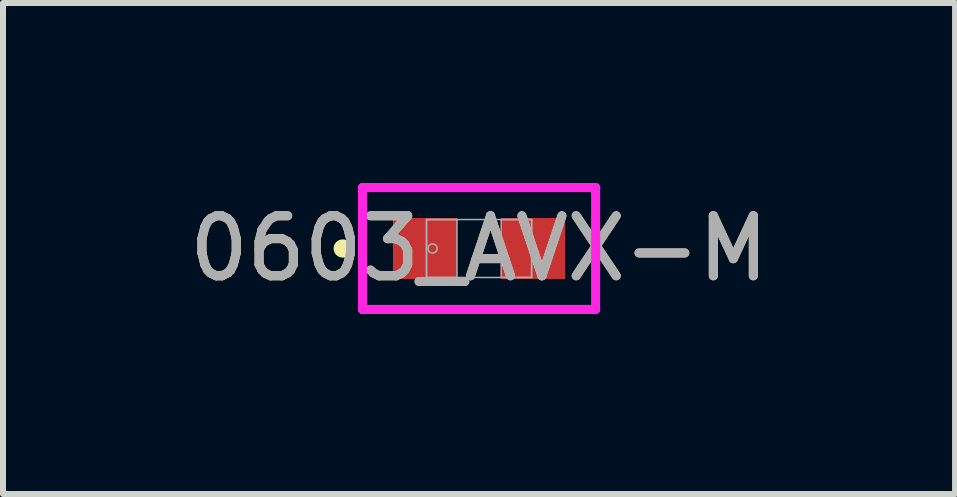
<source format=kicad_pcb>
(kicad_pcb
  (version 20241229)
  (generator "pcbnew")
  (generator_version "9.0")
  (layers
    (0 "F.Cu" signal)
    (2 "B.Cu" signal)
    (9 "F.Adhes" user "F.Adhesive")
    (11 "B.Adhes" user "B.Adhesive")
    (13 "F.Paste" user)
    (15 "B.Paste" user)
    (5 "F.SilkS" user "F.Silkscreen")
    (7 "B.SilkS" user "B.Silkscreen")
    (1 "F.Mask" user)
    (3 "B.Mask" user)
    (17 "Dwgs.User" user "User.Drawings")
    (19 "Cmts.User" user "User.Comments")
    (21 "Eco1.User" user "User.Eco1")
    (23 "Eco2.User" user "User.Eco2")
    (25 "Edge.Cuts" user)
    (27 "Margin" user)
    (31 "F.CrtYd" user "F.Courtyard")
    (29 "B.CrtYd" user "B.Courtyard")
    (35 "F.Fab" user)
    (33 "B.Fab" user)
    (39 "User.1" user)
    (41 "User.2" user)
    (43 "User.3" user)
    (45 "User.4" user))
  (footprint "0603_AVX-M"
    (layer "F.Cu")
    (at 4.935 1.092)
    (property "Reference" "0603_AVX-M" (at 0 0 0) (unlocked yes) (layer "F.SilkS") (effects (font (size 1 1) (thickness 0.15))))
    (attr smd)
    (fp_circle (center -2.273 0) (end -2.197 0) (stroke (width 0.152) (type solid)) (fill no) (layer "F.SilkS"))
    (fp_line (start -1.943 -1.016) (end 1.943 -1.016) (stroke (width 0.152) (type solid)) (layer "F.CrtYd"))
    (fp_line (start -1.943 1.016) (end -1.943 -1.016) (stroke (width 0.152) (type solid)) (layer "F.CrtYd"))
    (fp_line (start 1.943 -1.016) (end 1.943 1.016) (stroke (width 0.152) (type solid)) (layer "F.CrtYd"))
    (fp_line (start 1.943 1.016) (end -1.943 1.016) (stroke (width 0.152) (type solid)) (layer "F.CrtYd"))
    (fp_line (start -0.876 -0.483) (end -0.876 0.483) (stroke (width 0.025) (type solid)) (layer "F.Fab"))
    (fp_line (start -0.876 -0.483) (end -0.876 0.483) (stroke (width 0.025) (type solid)) (layer "F.Fab"))
    (fp_line (start -0.876 0.483) (end -0.368 0.483) (stroke (width 0.025) (type solid)) (layer "F.Fab"))
    (fp_line (start -0.876 0.483) (end 0.876 0.483) (stroke (width 0.025) (type solid)) (layer "F.Fab"))
    (fp_line (start -0.368 -0.483) (end -0.876 -0.483) (stroke (width 0.025) (type solid)) (layer "F.Fab"))
    (fp_line (start -0.368 0.483) (end -0.368 -0.483) (stroke (width 0.025) (type solid)) (layer "F.Fab"))
    (fp_line (start 0.368 -0.483) (end 0.368 0.483) (stroke (width 0.025) (type solid)) (layer "F.Fab"))
    (fp_line (start 0.368 0.483) (end 0.876 0.483) (stroke (width 0.025) (type solid)) (layer "F.Fab"))
    (fp_line (start 0.876 -0.483) (end -0.876 -0.483) (stroke (width 0.025) (type solid)) (layer "F.Fab"))
    (fp_line (start 0.876 -0.483) (end 0.368 -0.483) (stroke (width 0.025) (type solid)) (layer "F.Fab"))
    (fp_line (start 0.876 0.483) (end 0.876 -0.483) (stroke (width 0.025) (type solid)) (layer "F.Fab"))
    (fp_line (start 0.876 0.483) (end 0.876 -0.483) (stroke (width 0.025) (type solid)) (layer "F.Fab"))
    (fp_circle (center -0.775 0) (end -0.699 0) (stroke (width 0.025) (type solid)) (fill no) (layer "F.Fab"))
    (fp_text user "${REFERENCE}" (at 0 0 0) (unlocked yes) (layer "F.Fab") (effects (font (size 1 1) (thickness 0.15))))
    (pad "1" smd rect (at -0.902 0) (size 1.067 1.016) (layers "F.Cu" "F.Mask" "F.Paste"))
    (pad "2" smd rect (at 0.902 0) (size 1.067 1.016) (layers "F.Cu" "F.Mask" "F.Paste"))
    (zone (net_name "") (layer "F.Cu") (hatch full 0.508) (connect_pads) (min_thickness 0.254) (filled_areas_thickness no) (keepout (tracks not_allowed) (vias not_allowed) (pads allowed) (copperpour not_allowed) (footprints allowed)) (placement (enabled no)) (fill) (polygon (pts (xy 4.617 0.66) (xy 5.252 0.66) (xy 5.252 1.524) (xy 4.617 1.524)))))
  (gr_rect
    (start -3 -3)
    (end 12.869 5.184)
    (stroke (width 0.1) (type default))
    (fill no)
    (layer "Edge.Cuts")))
</source>
